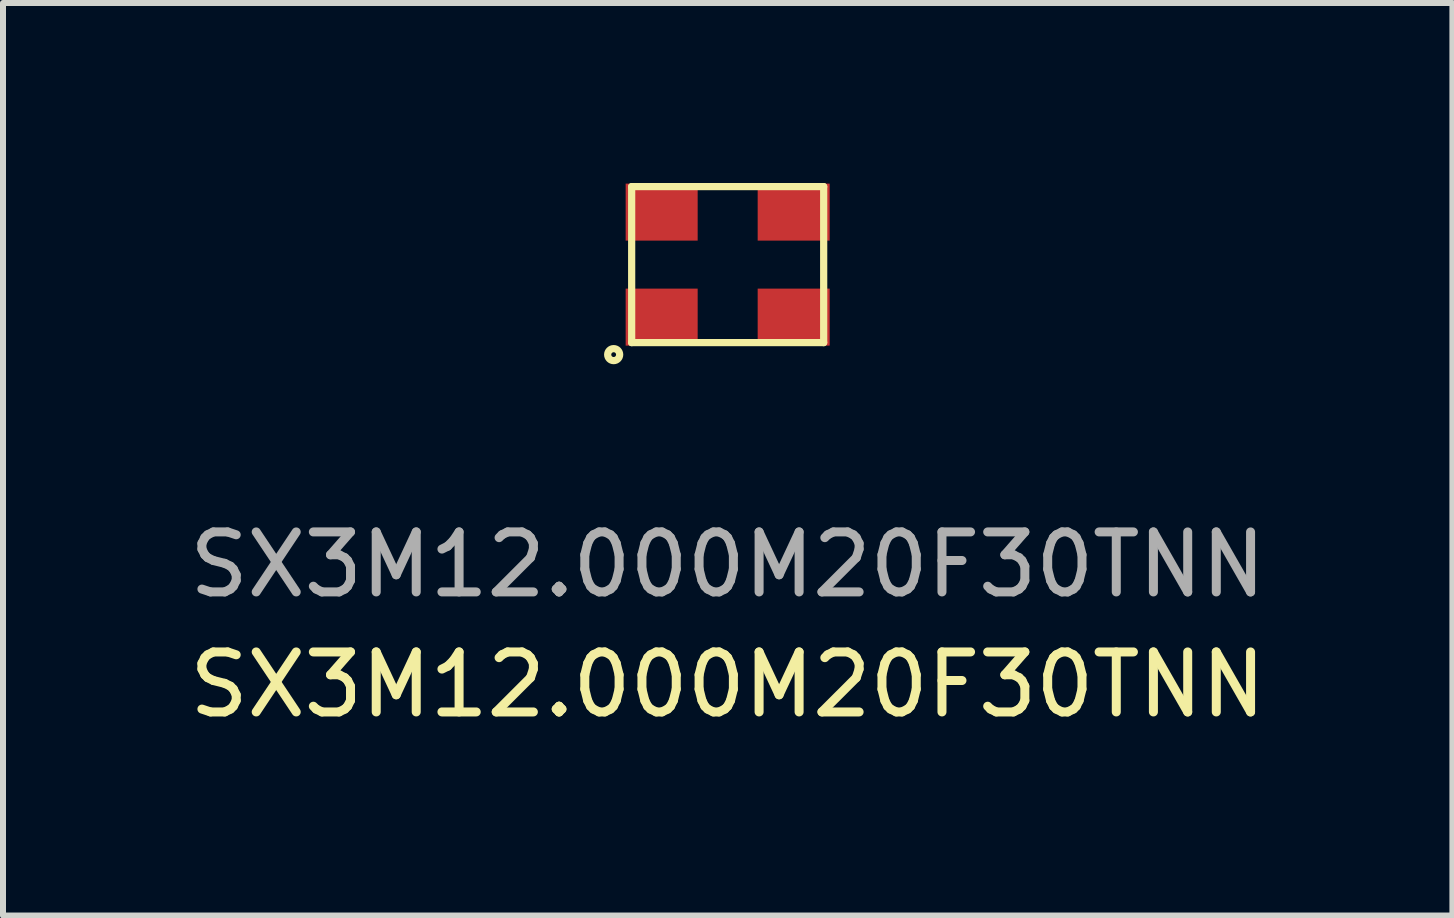
<source format=kicad_pcb>
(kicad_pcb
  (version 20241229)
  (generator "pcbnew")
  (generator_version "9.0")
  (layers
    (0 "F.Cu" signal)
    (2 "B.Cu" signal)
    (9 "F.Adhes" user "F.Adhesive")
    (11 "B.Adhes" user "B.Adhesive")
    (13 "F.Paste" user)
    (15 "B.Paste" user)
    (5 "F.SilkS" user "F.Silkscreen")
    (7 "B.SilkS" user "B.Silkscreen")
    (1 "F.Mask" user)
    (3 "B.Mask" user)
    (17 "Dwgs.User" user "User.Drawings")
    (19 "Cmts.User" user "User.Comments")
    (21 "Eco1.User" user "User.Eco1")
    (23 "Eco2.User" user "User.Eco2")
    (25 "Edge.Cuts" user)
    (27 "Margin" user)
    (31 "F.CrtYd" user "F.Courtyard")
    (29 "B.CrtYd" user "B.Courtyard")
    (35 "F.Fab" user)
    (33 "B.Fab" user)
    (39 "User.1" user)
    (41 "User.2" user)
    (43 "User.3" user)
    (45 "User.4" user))
  (footprint "SX3M12.000M20F30TNN"
    (layer "F.Cu")
    (at 9.077 1.36)
    (property "Reference" "SX3M12.000M20F30TNN" (at 0 7 0) (unlocked yes) (layer "F.SilkS") (effects (font (size 1 1) (thickness 0.15))))
    (attr smd)
    (fp_line (start -1.6 -1.3) (end 1.6 -1.3) (stroke (width 0.12) (type solid)) (layer "F.SilkS"))
    (fp_line (start -1.6 1.3) (end -1.6 -1.3) (stroke (width 0.12) (type solid)) (layer "F.SilkS"))
    (fp_line (start 1.6 -1.3) (end 1.6 1.3) (stroke (width 0.12) (type solid)) (layer "F.SilkS"))
    (fp_line (start 1.6 1.3) (end -1.6 1.3) (stroke (width 0.12) (type solid)) (layer "F.SilkS"))
    (fp_circle (center -1.9 1.5) (end -1.9 1.6) (stroke (width 0.12) (type solid)) (fill no) (layer "F.SilkS"))
    (fp_text user "${REFERENCE}" (at 0 5 0) (unlocked yes) (layer "F.Fab") (effects (font (size 1 1) (thickness 0.15))))
    (pad "1" smd rect (at -1.1 0.875) (size 1.2 0.95) (layers "F.Cu" "F.Mask" "F.Paste"))
    (pad "2" smd rect (at 1.1 0.875) (size 1.2 0.95) (layers "F.Cu" "F.Mask" "F.Paste"))
    (pad "3" smd rect (at 1.1 -0.875) (size 1.2 0.95) (layers "F.Cu" "F.Mask" "F.Paste"))
    (pad "4" smd rect (at -1.1 -0.875) (size 1.2 0.95) (layers "F.Cu" "F.Mask" "F.Paste")))
  (gr_rect
    (start -3 -3)
    (end 21.155 12.208)
    (stroke (width 0.1) (type default))
    (fill no)
    (layer "Edge.Cuts")))
</source>
